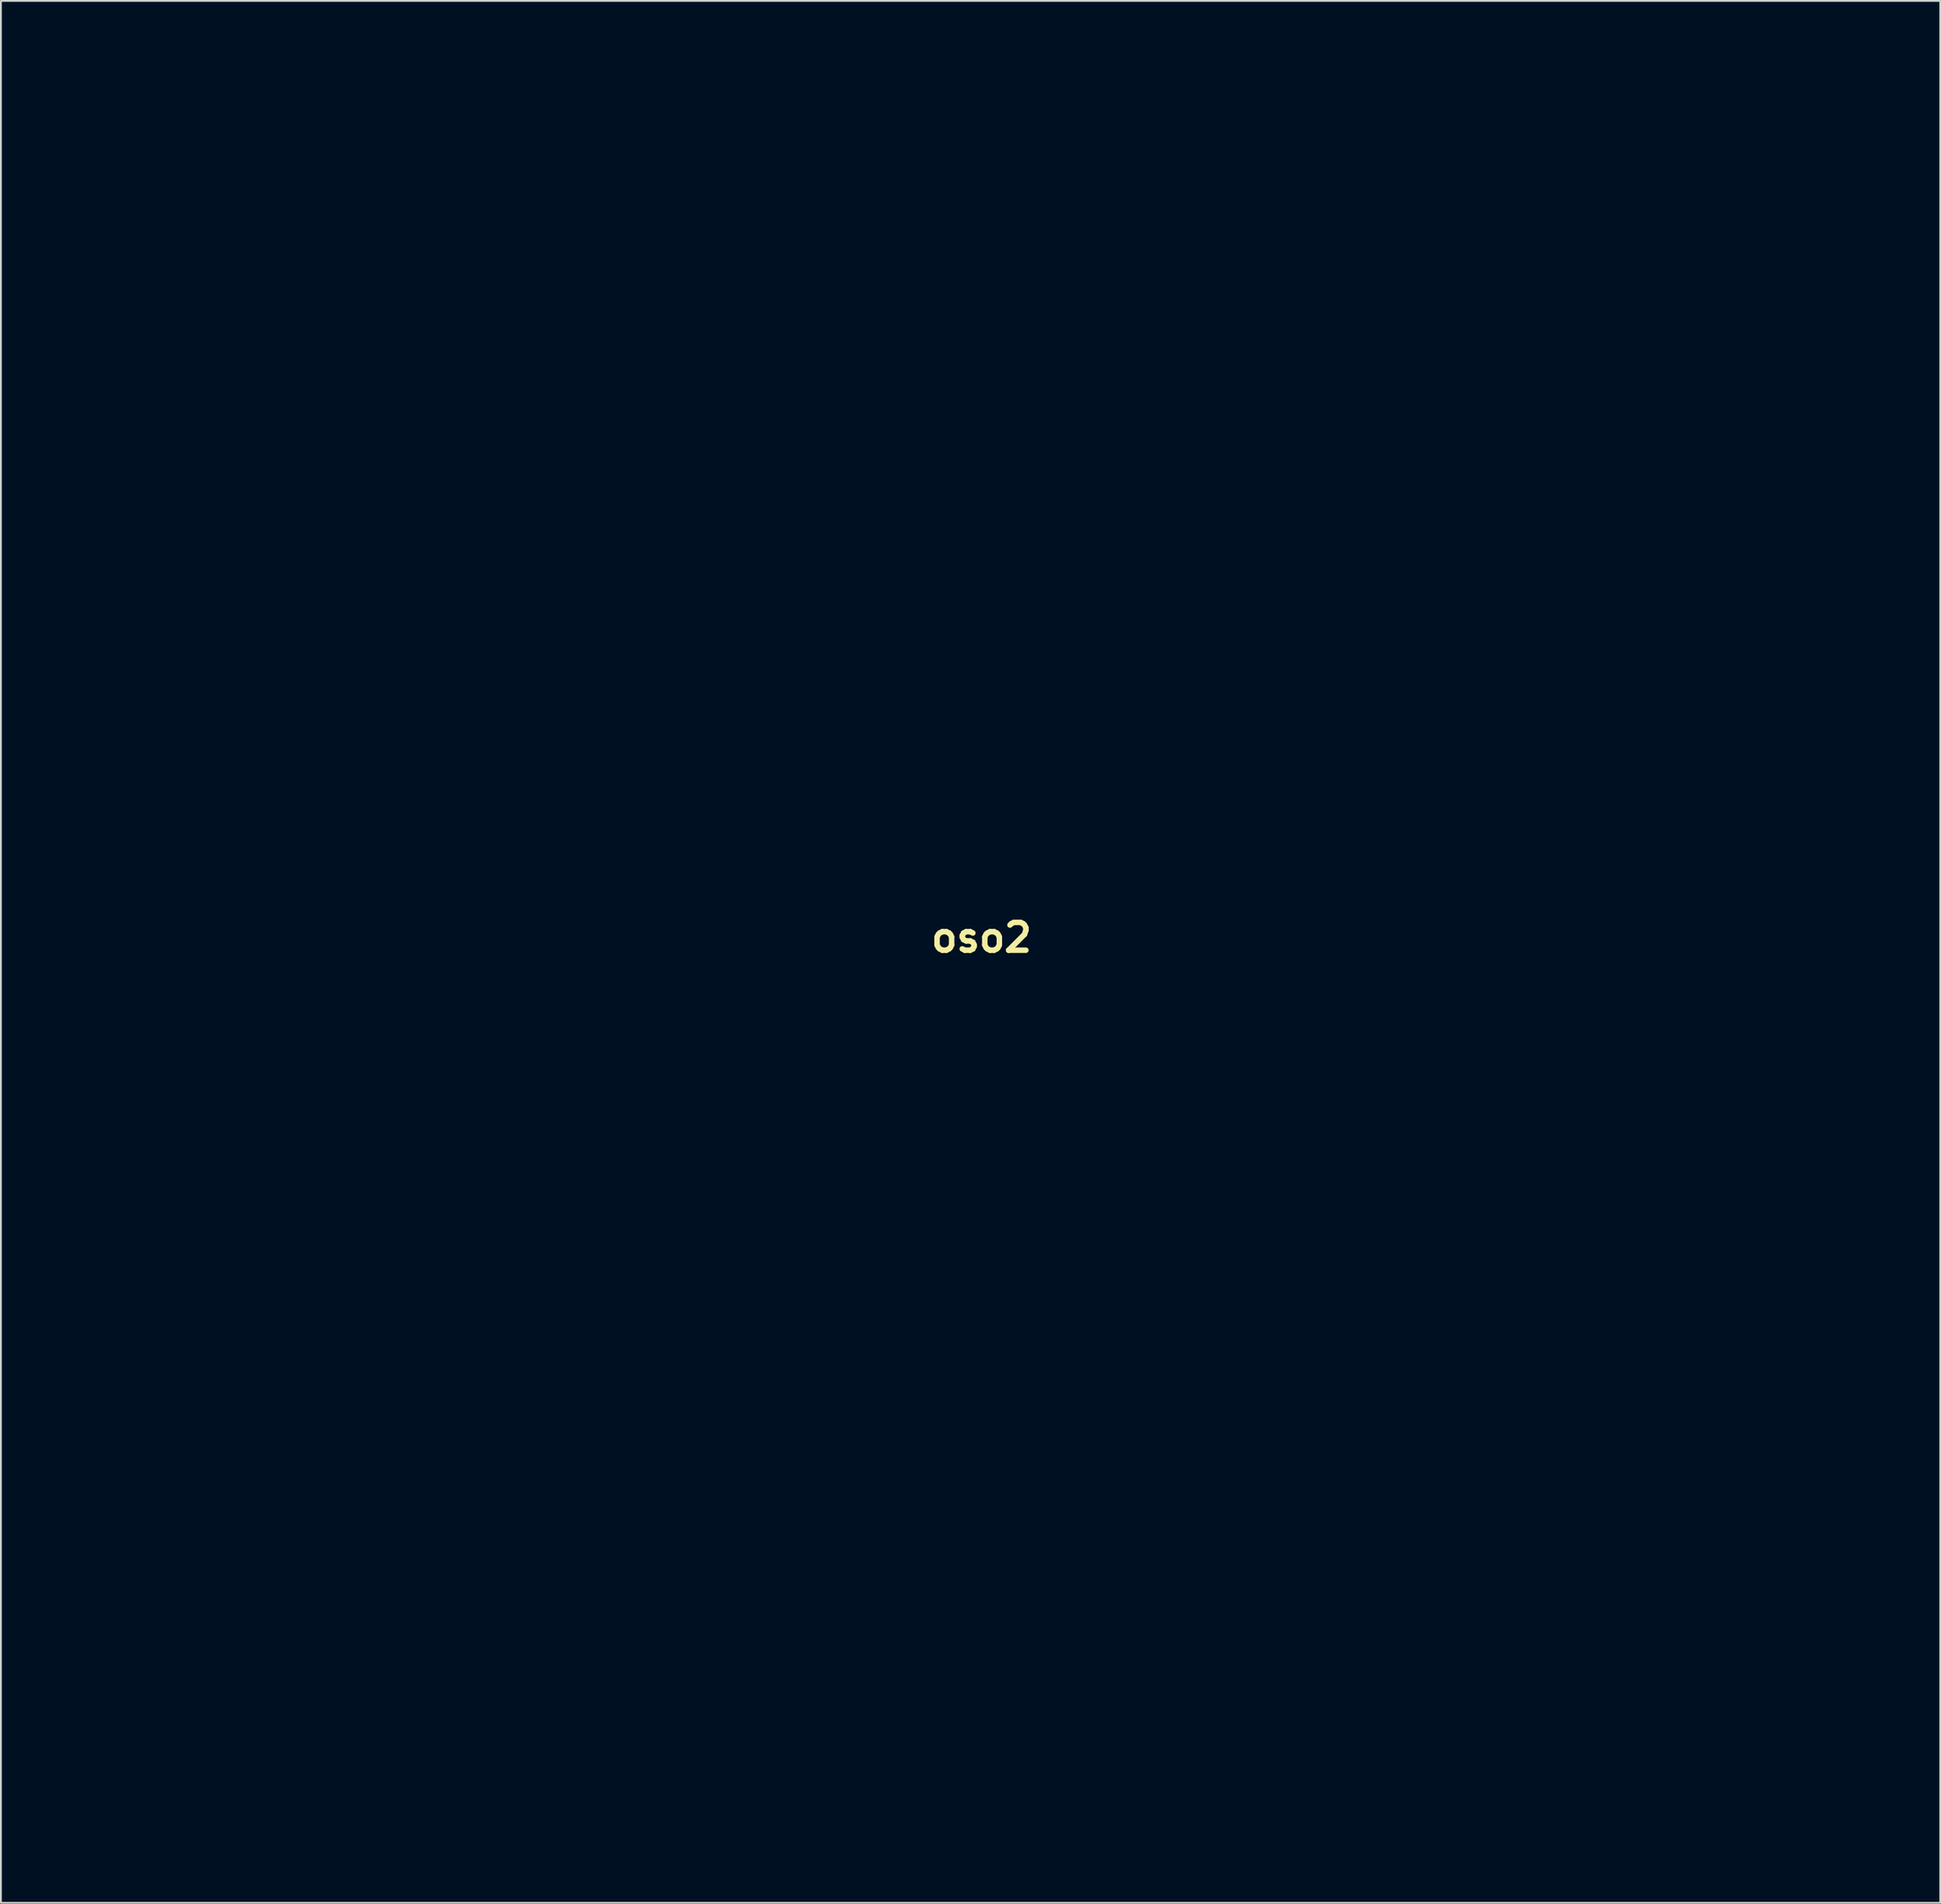
<source format=kicad_pcb>
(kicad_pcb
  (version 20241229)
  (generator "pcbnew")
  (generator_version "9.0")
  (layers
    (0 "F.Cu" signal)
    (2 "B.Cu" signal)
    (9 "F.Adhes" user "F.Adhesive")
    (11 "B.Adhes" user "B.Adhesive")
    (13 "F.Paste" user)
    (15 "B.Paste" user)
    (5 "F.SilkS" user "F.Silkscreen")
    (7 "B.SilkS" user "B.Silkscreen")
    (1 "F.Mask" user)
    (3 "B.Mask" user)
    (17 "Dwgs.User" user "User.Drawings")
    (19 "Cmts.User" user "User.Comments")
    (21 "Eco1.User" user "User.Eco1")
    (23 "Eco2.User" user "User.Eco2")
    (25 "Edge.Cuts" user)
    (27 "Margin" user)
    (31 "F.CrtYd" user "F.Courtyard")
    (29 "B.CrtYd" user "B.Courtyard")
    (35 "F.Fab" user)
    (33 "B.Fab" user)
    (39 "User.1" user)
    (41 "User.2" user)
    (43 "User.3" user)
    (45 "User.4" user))
  (footprint "oso2"
    (layer "F.Cu")
    (at 50.687 48.3)
    (property "Reference" "oso2" (at 0 0 0) (layer "F.SilkS") (effects (font (size 1.524 1.524) (thickness 0.3))))
    (attr through_hole)
    (fp_poly (pts (xy 20.3 23.756) (xy 20.71 23.853) (xy 20.994 24.042) (xy 21.183 24.348) (xy 21.255 24.565) (xy 21.324 25.116) (xy 21.253 25.675) (xy 21.054 26.197) (xy 20.738 26.636) (xy 20.686 26.688) (xy 20.305 26.946) (xy 19.833 27.111) (xy 19.326 27.17) (xy 18.843 27.112) (xy 18.795 27.099) (xy 18.256 26.855) (xy 17.832 26.513) (xy 17.588 26.256) (xy 17.825 25.976) (xy 17.975 25.761) (xy 18.155 25.452) (xy 18.328 25.109) (xy 18.35 25.061) (xy 18.639 24.513) (xy 18.945 24.121) (xy 19.29 23.871) (xy 19.693 23.749) (xy 20.175 23.742) (xy 20.3 23.756)) (stroke (width 0.01) (type solid)) (fill no) (layer "Eco1.User"))
    (fp_poly (pts (xy -27.487 -27.388) (xy -27.406 -27.228) (xy -27.4 -27.199) (xy -27.341 -26.818) (xy -27.3 -26.395) (xy -27.28 -25.988) (xy -27.285 -25.656) (xy -27.301 -25.52) (xy -27.335 -25.38) (xy -27.398 -25.27) (xy -27.517 -25.168) (xy -27.723 -25.05) (xy -28.044 -24.893) (xy -28.178 -24.83) (xy -28.586 -24.644) (xy -29.003 -24.461) (xy -29.364 -24.31) (xy -29.513 -24.252) (xy -30.028 -24.058) (xy -30.16 -24.284) (xy -30.339 -24.688) (xy -30.476 -25.188) (xy -30.554 -25.713) (xy -30.565 -25.971) (xy -30.565 -26.512) (xy -29.866 -26.838) (xy -29.418 -27.022) (xy -28.915 -27.187) (xy -28.411 -27.32) (xy -27.958 -27.407) (xy -27.654 -27.432) (xy -27.487 -27.388)) (stroke (width 0.01) (type solid)) (fill no) (layer "Eco1.User"))
    (fp_poly (pts (xy -16.354 28.36) (xy -16.026 28.414) (xy -15.721 28.472) (xy -14.816 28.657) (xy -14.423 29.648) (xy -14.26 30.065) (xy -14.155 30.358) (xy -14.1 30.561) (xy -14.087 30.706) (xy -14.111 30.827) (xy -14.138 30.901) (xy -14.355 31.234) (xy -14.692 31.531) (xy -15.099 31.763) (xy -15.527 31.897) (xy -15.758 31.919) (xy -15.947 31.883) (xy -16.214 31.792) (xy -16.393 31.716) (xy -16.835 31.427) (xy -17.166 31.039) (xy -17.366 30.582) (xy -17.419 30.086) (xy -17.404 29.935) (xy -17.347 29.709) (xy -17.242 29.408) (xy -17.107 29.078) (xy -16.963 28.763) (xy -16.829 28.507) (xy -16.724 28.354) (xy -16.703 28.335) (xy -16.592 28.332) (xy -16.354 28.36)) (stroke (width 0.01) (type solid)) (fill no) (layer "Eco1.User"))
    (fp_poly (pts (xy -10.427 23.664) (xy -10.085 23.756) (xy -9.95 23.825) (xy -9.864 23.887) (xy -9.805 23.961) (xy -9.768 24.076) (xy -9.747 24.264) (xy -9.739 24.553) (xy -9.737 24.974) (xy -9.737 25.097) (xy -9.739 25.56) (xy -9.748 25.881) (xy -9.768 26.088) (xy -9.801 26.209) (xy -9.851 26.271) (xy -9.885 26.288) (xy -10.028 26.317) (xy -10.298 26.348) (xy -10.651 26.377) (xy -10.93 26.394) (xy -11.828 26.439) (xy -12.101 25.961) (xy -12.267 25.699) (xy -12.426 25.494) (xy -12.529 25.401) (xy -12.629 25.309) (xy -12.641 25.153) (xy -12.618 25.032) (xy -12.434 24.573) (xy -12.122 24.168) (xy -11.719 23.855) (xy -11.262 23.668) (xy -11.201 23.655) (xy -10.823 23.627) (xy -10.427 23.664)) (stroke (width 0.01) (type solid)) (fill no) (layer "Eco1.User"))
    (fp_poly (pts (xy 14.537 27.309) (xy 14.567 27.351) (xy 14.629 27.553) (xy 14.659 27.891) (xy 14.652 28.321) (xy 14.541 28.878) (xy 14.283 29.416) (xy 13.899 29.903) (xy 13.41 30.307) (xy 13.26 30.399) (xy 12.802 30.597) (xy 12.367 30.639) (xy 11.917 30.525) (xy 11.722 30.435) (xy 11.42 30.262) (xy 11.132 30.067) (xy 11.023 29.981) (xy 10.743 29.74) (xy 10.999 29.459) (xy 11.27 29.054) (xy 11.45 28.56) (xy 11.515 28.049) (xy 11.52 27.823) (xy 11.552 27.734) (xy 11.634 27.749) (xy 11.705 27.786) (xy 11.891 27.84) (xy 12.2 27.878) (xy 12.585 27.892) (xy 12.615 27.892) (xy 13.284 27.836) (xy 13.848 27.672) (xy 14.291 27.404) (xy 14.332 27.369) (xy 14.458 27.277) (xy 14.537 27.309)) (stroke (width 0.01) (type solid)) (fill no) (layer "Eco1.User"))
    (fp_poly (pts (xy -10.978 -18.036) (xy -10.955 -17.868) (xy -10.926 -17.562) (xy -10.893 -17.152) (xy -10.859 -16.669) (xy -10.826 -16.165) (xy -10.784 -15.042) (xy -10.789 -13.876) (xy -10.838 -12.705) (xy -10.928 -11.567) (xy -11.057 -10.501) (xy -11.223 -9.544) (xy -11.312 -9.146) (xy -11.576 -8.317) (xy -11.932 -7.599) (xy -12.37 -7.004) (xy -12.883 -6.54) (xy -13.459 -6.217) (xy -14.089 -6.043) (xy -14.502 -6.015) (xy -14.841 -6.038) (xy -15.159 -6.094) (xy -15.325 -6.146) (xy -15.771 -6.43) (xy -16.141 -6.853) (xy -16.423 -7.398) (xy -16.584 -7.942) (xy -16.661 -8.526) (xy -16.677 -9.234) (xy -16.636 -10.035) (xy -16.543 -10.895) (xy -16.401 -11.784) (xy -16.216 -12.668) (xy -15.99 -13.516) (xy -15.786 -14.139) (xy -15.378 -15.116) (xy -14.901 -15.978) (xy -14.365 -16.716) (xy -13.778 -17.322) (xy -13.148 -17.787) (xy -12.484 -18.103) (xy -11.795 -18.261) (xy -11.633 -18.274) (xy -11.031 -18.305) (xy -10.978 -18.036)) (stroke (width 0.01) (type solid)) (fill no) (layer "Eco1.User"))
    (fp_poly (pts (xy 10.762 20.34) (xy 11.315 20.435) (xy 11.761 20.656) (xy 12.091 20.992) (xy 12.294 21.435) (xy 12.361 21.957) (xy 12.322 22.422) (xy 12.189 22.813) (xy 11.943 23.164) (xy 11.563 23.51) (xy 11.365 23.658) (xy 11.044 23.91) (xy 10.852 24.122) (xy 10.765 24.328) (xy 10.753 24.459) (xy 10.75 24.527) (xy 10.726 24.579) (xy 10.659 24.622) (xy 10.525 24.662) (xy 10.301 24.704) (xy 9.964 24.755) (xy 9.491 24.822) (xy 9.271 24.852) (xy 8.867 24.91) (xy 8.505 24.963) (xy 8.229 25.007) (xy 8.105 25.028) (xy 7.871 25.075) (xy 8.041 24.624) (xy 8.376 23.737) (xy 8.656 22.995) (xy 8.888 22.384) (xy 9.078 21.89) (xy 9.232 21.5) (xy 9.355 21.201) (xy 9.455 20.979) (xy 9.537 20.82) (xy 9.607 20.71) (xy 9.671 20.636) (xy 9.734 20.585) (xy 9.804 20.543) (xy 9.864 20.509) (xy 10.095 20.397) (xy 10.329 20.343) (xy 10.638 20.335) (xy 10.762 20.34)) (stroke (width 0.01) (type solid)) (fill no) (layer "Eco1.User"))
    (fp_poly (pts (xy 16.235 -15.556) (xy 16.388 -15.492) (xy 16.703 -15.252) (xy 16.994 -14.85) (xy 17.262 -14.282) (xy 17.404 -13.885) (xy 17.49 -13.494) (xy 17.539 -12.978) (xy 17.552 -12.379) (xy 17.529 -11.738) (xy 17.469 -11.096) (xy 17.405 -10.668) (xy 17.27 -9.906) (xy 17.13 -9.132) (xy 16.988 -8.368) (xy 16.85 -7.632) (xy 16.718 -6.946) (xy 16.597 -6.33) (xy 16.491 -5.805) (xy 16.403 -5.39) (xy 16.338 -5.105) (xy 16.306 -4.989) (xy 16.05 -4.46) (xy 15.704 -4.066) (xy 15.283 -3.815) (xy 14.804 -3.714) (xy 14.282 -3.769) (xy 13.821 -3.943) (xy 13.326 -4.264) (xy 12.932 -4.688) (xy 12.636 -5.223) (xy 12.435 -5.878) (xy 12.326 -6.66) (xy 12.305 -7.578) (xy 12.318 -7.916) (xy 12.399 -9.172) (xy 12.514 -10.277) (xy 12.666 -11.25) (xy 12.859 -12.106) (xy 13.097 -12.863) (xy 13.385 -13.537) (xy 13.727 -14.146) (xy 13.888 -14.388) (xy 14.336 -14.934) (xy 14.803 -15.327) (xy 15.281 -15.565) (xy 15.761 -15.642) (xy 16.235 -15.556)) (stroke (width 0.01) (type solid)) (fill no) (layer "Eco1.User"))
    (fp_poly (pts (xy 3.718 2.746) (xy 4.596 2.792) (xy 5.416 2.854) (xy 6.212 2.937) (xy 7.018 3.047) (xy 7.869 3.186) (xy 8.799 3.362) (xy 9.841 3.578) (xy 10.352 3.689) (xy 11.217 3.889) (xy 11.929 4.083) (xy 12.501 4.287) (xy 12.947 4.516) (xy 13.282 4.785) (xy 13.519 5.109) (xy 13.673 5.504) (xy 13.759 5.984) (xy 13.789 6.565) (xy 13.778 7.262) (xy 13.774 7.365) (xy 13.673 8.629) (xy 13.464 9.801) (xy 13.135 10.931) (xy 12.673 12.067) (xy 12.471 12.488) (xy 11.795 13.69) (xy 11.012 14.782) (xy 10.107 15.782) (xy 9.064 16.707) (xy 8.235 17.326) (xy 7.92 17.563) (xy 7.52 17.89) (xy 7.073 18.276) (xy 6.612 18.69) (xy 6.203 19.075) (xy 5.654 19.597) (xy 5.2 20.015) (xy 4.815 20.347) (xy 4.478 20.612) (xy 4.166 20.827) (xy 3.854 21.013) (xy 3.596 21.148) (xy 2.914 21.429) (xy 2.236 21.593) (xy 1.598 21.634) (xy 1.215 21.589) (xy 0.868 21.49) (xy 0.403 21.317) (xy -0.156 21.081) (xy -0.783 20.794) (xy -1.452 20.471) (xy -2.137 20.122) (xy -2.812 19.76) (xy -3.452 19.399) (xy -4.032 19.049) (xy -4.039 19.044) (xy -5.805 17.843) (xy -7.508 16.502) (xy -9.114 15.049) (xy -9.707 14.458) (xy -10.53 13.58) (xy -11.213 12.773) (xy -11.762 12.025) (xy -12.185 11.323) (xy -12.489 10.655) (xy -12.68 10.008) (xy -12.765 9.37) (xy -12.765 8.905) (xy -12.655 8.113) (xy -12.416 7.43) (xy -12.048 6.857) (xy -11.549 6.39) (xy -10.965 6.049) (xy -10.505 5.808) (xy -10.192 5.574) (xy -10.034 5.355) (xy -10.026 5.186) (xy -9.982 5.056) (xy -9.788 4.9) (xy -9.461 4.724) (xy -9.016 4.535) (xy -8.471 4.338) (xy -7.841 4.141) (xy -7.142 3.949) (xy -6.412 3.773) (xy -5.074 3.501) (xy -3.665 3.263) (xy -2.222 3.065) (xy -0.78 2.909) (xy 0.627 2.798) (xy 1.962 2.738) (xy 3.19 2.73) (xy 3.718 2.746)) (stroke (width 0.01) (type solid)) (fill no) (layer "Eco1.User"))
    (fp_poly (pts (xy 29.506 -48.295) (xy 30.567 -48.279) (xy 31.506 -48.237) (xy 32.368 -48.164) (xy 33.2 -48.054) (xy 34.048 -47.901) (xy 34.957 -47.702) (xy 35.094 -47.67) (xy 36.815 -47.189) (xy 38.483 -46.585) (xy 40.083 -45.867) (xy 41.596 -45.043) (xy 43.007 -44.124) (xy 44.299 -43.119) (xy 45.454 -42.037) (xy 45.593 -41.891) (xy 46.319 -41.057) (xy 46.921 -40.22) (xy 47.406 -39.359) (xy 47.781 -38.453) (xy 48.054 -37.481) (xy 48.23 -36.423) (xy 48.318 -35.257) (xy 48.324 -33.963) (xy 48.317 -33.74) (xy 48.278 -32.573) (xy 48.236 -31.405) (xy 48.192 -30.25) (xy 48.147 -29.123) (xy 48.101 -28.038) (xy 48.055 -27.008) (xy 48.01 -26.049) (xy 47.966 -25.175) (xy 47.924 -24.4) (xy 47.885 -23.737) (xy 47.85 -23.202) (xy 47.818 -22.809) (xy 47.793 -22.581) (xy 47.596 -21.609) (xy 47.311 -20.776) (xy 46.932 -20.074) (xy 46.455 -19.496) (xy 45.874 -19.034) (xy 45.397 -18.771) (xy 44.828 -18.575) (xy 44.232 -18.492) (xy 43.66 -18.526) (xy 43.191 -18.665) (xy 42.97 -18.773) (xy 42.869 -18.871) (xy 42.853 -19.009) (xy 42.867 -19.13) (xy 42.894 -19.312) (xy 42.94 -19.627) (xy 43 -20.041) (xy 43.07 -20.52) (xy 43.128 -20.913) (xy 43.292 -22.08) (xy 43.429 -23.17) (xy 43.541 -24.212) (xy 43.631 -25.237) (xy 43.7 -26.275) (xy 43.75 -27.357) (xy 43.784 -28.512) (xy 43.802 -29.771) (xy 43.808 -31.165) (xy 43.807 -31.369) (xy 43.804 -32.53) (xy 43.795 -33.534) (xy 43.78 -34.394) (xy 43.759 -35.123) (xy 43.73 -35.733) (xy 43.694 -36.236) (xy 43.648 -36.646) (xy 43.593 -36.975) (xy 43.528 -37.235) (xy 43.455 -37.434) (xy 43.186 -37.914) (xy 42.788 -38.458) (xy 42.281 -39.046) (xy 41.684 -39.66) (xy 41.018 -40.283) (xy 40.301 -40.895) (xy 39.553 -41.478) (xy 38.794 -42.014) (xy 38.174 -42.406) (xy 36.648 -43.222) (xy 35.059 -43.887) (xy 33.419 -44.398) (xy 31.742 -44.752) (xy 30.042 -44.949) (xy 28.332 -44.987) (xy 26.624 -44.861) (xy 24.933 -44.572) (xy 24.756 -44.532) (xy 23.408 -44.151) (xy 22.032 -43.636) (xy 20.668 -43.006) (xy 19.358 -42.281) (xy 18.142 -41.483) (xy 17.441 -40.948) (xy 16.564 -40.196) (xy 15.772 -39.419) (xy 15.042 -38.608) (xy 14.318 -37.773) (xy 13.675 -37.066) (xy 13.102 -36.476) (xy 12.585 -35.994) (xy 12.11 -35.607) (xy 11.664 -35.305) (xy 11.234 -35.076) (xy 10.806 -34.91) (xy 10.38 -34.799) (xy 10.064 -34.748) (xy 9.765 -34.739) (xy 9.443 -34.776) (xy 9.061 -34.867) (xy 8.577 -35.015) (xy 8.34 -35.095) (xy 7.765 -35.277) (xy 7.241 -35.41) (xy 6.72 -35.501) (xy 6.158 -35.555) (xy 5.507 -35.58) (xy 4.953 -35.584) (xy 4.152 -35.564) (xy 3.285 -35.508) (xy 2.332 -35.414) (xy 1.271 -35.278) (xy 0.082 -35.098) (xy -0.728 -34.964) (xy -4.331 -34.275) (xy -7.859 -33.442) (xy -11.328 -32.461) (xy -14.754 -31.327) (xy -18.15 -30.035) (xy -21.532 -28.58) (xy -22.803 -27.991) (xy -23.177 -27.815) (xy -23.492 -27.668) (xy -23.718 -27.565) (xy -23.826 -27.518) (xy -23.831 -27.517) (xy -23.85 -27.594) (xy -23.878 -27.8) (xy -23.91 -28.092) (xy -23.917 -28.162) (xy -24.093 -29.188) (xy -24.419 -30.16) (xy -24.883 -31.062) (xy -25.472 -31.879) (xy -26.176 -32.595) (xy -26.982 -33.195) (xy -27.88 -33.664) (xy -28.176 -33.781) (xy -28.515 -33.897) (xy -28.811 -33.985) (xy -29.015 -34.032) (xy -29.056 -34.036) (xy -29.255 -33.972) (xy -29.537 -33.795) (xy -29.88 -33.524) (xy -30.265 -33.178) (xy -30.67 -32.778) (xy -31.074 -32.344) (xy -31.457 -31.895) (xy -31.797 -31.451) (xy -31.832 -31.402) (xy -32.232 -30.778) (xy -32.63 -30.057) (xy -32.99 -29.306) (xy -33.278 -28.595) (xy -33.313 -28.497) (xy -33.466 -28.002) (xy -33.601 -27.48) (xy -33.711 -26.959) (xy -33.793 -26.468) (xy -33.844 -26.033) (xy -33.858 -25.683) (xy -33.832 -25.446) (xy -33.78 -25.356) (xy -33.679 -25.236) (xy -33.542 -24.998) (xy -33.388 -24.683) (xy -33.236 -24.333) (xy -33.108 -23.99) (xy -33.057 -23.829) (xy -32.961 -23.344) (xy -32.915 -22.76) (xy -32.919 -22.142) (xy -32.974 -21.555) (xy -33.05 -21.167) (xy -33.327 -20.363) (xy -33.723 -19.609) (xy -34.217 -18.937) (xy -34.785 -18.379) (xy -35.16 -18.108) (xy -35.433 -17.923) (xy -35.673 -17.74) (xy -35.789 -17.635) (xy -36.046 -17.475) (xy -36.351 -17.455) (xy -36.681 -17.561) (xy -37.014 -17.779) (xy -37.327 -18.095) (xy -37.596 -18.494) (xy -37.76 -18.848) (xy -38.148 -20.109) (xy -38.389 -21.433) (xy -38.484 -22.804) (xy -38.435 -24.203) (xy -38.241 -25.613) (xy -37.906 -27.015) (xy -37.428 -28.392) (xy -37.09 -29.168) (xy -36.368 -30.521) (xy -35.531 -31.77) (xy -34.59 -32.906) (xy -33.552 -33.92) (xy -32.429 -34.803) (xy -31.228 -35.545) (xy -29.96 -36.137) (xy -29.913 -36.155) (xy -28.868 -36.496) (xy -27.875 -36.683) (xy -26.939 -36.714) (xy -26.573 -36.682) (xy -25.849 -36.547) (xy -25.256 -36.332) (xy -24.768 -36.019) (xy -24.36 -35.592) (xy -24.007 -35.033) (xy -23.952 -34.928) (xy -23.592 -34.291) (xy -23.21 -33.784) (xy -22.772 -33.365) (xy -22.427 -33.112) (xy -21.697 -32.723) (xy -20.914 -32.494) (xy -20.163 -32.428) (xy -19.667 -32.442) (xy -19.303 -32.492) (xy -19.035 -32.592) (xy -18.827 -32.755) (xy -18.643 -32.995) (xy -18.635 -33.008) (xy -18.261 -33.741) (xy -18.038 -34.527) (xy -17.962 -35.346) (xy -18.029 -36.178) (xy -18.238 -37.004) (xy -18.585 -37.802) (xy -19.067 -38.555) (xy -19.541 -39.103) (xy -20.421 -39.88) (xy -21.413 -40.543) (xy -22.503 -41.089) (xy -23.678 -41.516) (xy -24.923 -41.822) (xy -26.223 -42.006) (xy -27.565 -42.065) (xy -28.935 -41.996) (xy -30.317 -41.798) (xy -31.699 -41.469) (xy -32.839 -41.093) (xy -34.337 -40.447) (xy -35.737 -39.667) (xy -37.032 -38.76) (xy -38.216 -37.73) (xy -39.282 -36.584) (xy -40.225 -35.327) (xy -41.038 -33.964) (xy -41.239 -33.57) (xy -41.877 -32.082) (xy -42.362 -30.535) (xy -42.694 -28.944) (xy -42.873 -27.322) (xy -42.899 -25.682) (xy -42.772 -24.037) (xy -42.493 -22.403) (xy -42.061 -20.791) (xy -41.476 -19.215) (xy -41.099 -18.388) (xy -40.55 -17.26) (xy -40.277 -17.329) (xy -39.703 -17.395) (xy -39.153 -17.295) (xy -38.642 -17.036) (xy -38.184 -16.623) (xy -37.815 -16.083) (xy -37.6 -15.48) (xy -37.542 -14.813) (xy -37.639 -14.081) (xy -37.89 -13.282) (xy -37.938 -13.166) (xy -38.072 -12.876) (xy -38.272 -12.487) (xy -38.514 -12.043) (xy -38.774 -11.586) (xy -38.866 -11.43) (xy -40.024 -9.32) (xy -41.029 -7.145) (xy -41.879 -4.913) (xy -42.573 -2.633) (xy -43.109 -0.314) (xy -43.485 2.035) (xy -43.701 4.405) (xy -43.755 6.787) (xy -43.645 9.173) (xy -43.369 11.553) (xy -43.048 13.352) (xy -42.772 14.572) (xy -42.479 15.632) (xy -42.164 16.537) (xy -41.823 17.297) (xy -41.453 17.919) (xy -41.05 18.409) (xy -40.61 18.777) (xy -40.128 19.028) (xy -40.095 19.041) (xy -39.381 19.357) (xy -38.791 19.737) (xy -38.296 20.208) (xy -37.867 20.796) (xy -37.51 21.453) (xy -37.297 21.922) (xy -37.122 22.371) (xy -36.98 22.829) (xy -36.865 23.323) (xy -36.772 23.88) (xy -36.695 24.529) (xy -36.629 25.296) (xy -36.578 26.035) (xy -36.519 26.881) (xy -36.458 27.587) (xy -36.39 28.181) (xy -36.313 28.691) (xy -36.221 29.147) (xy -36.112 29.576) (xy -36.095 29.633) (xy -35.894 30.244) (xy -35.637 30.856) (xy -35.316 31.481) (xy -34.923 32.13) (xy -34.449 32.813) (xy -33.887 33.544) (xy -33.228 34.332) (xy -32.463 35.189) (xy -31.584 36.125) (xy -30.583 37.154) (xy -30.311 37.429) (xy -29.441 38.293) (xy -28.653 39.057) (xy -27.915 39.747) (xy -27.197 40.39) (xy -26.471 41.015) (xy -25.705 41.648) (xy -25.703 41.649) (xy -24.948 42.263) (xy -24.783 41.809) (xy -19.543 41.809) (xy -19.457 42.068) (xy -19.344 42.307) (xy -19.055 42.721) (xy -18.668 43.044) (xy -18.218 43.26) (xy -17.742 43.353) (xy -17.275 43.307) (xy -17.151 43.267) (xy -17.059 43.227) (xy -16.998 43.17) (xy -16.961 43.065) (xy -16.958 43.041) (xy -16.214 43.041) (xy -15.706 43.148) (xy -15.459 43.198) (xy -15.082 43.273) (xy -14.614 43.364) (xy -14.091 43.465) (xy -13.589 43.561) (xy -12.085 43.857) (xy -10.662 44.156) (xy -9.245 44.475) (xy -7.761 44.83) (xy -7.354 44.931) (xy -5.436 45.408) (xy -5.204 45.225) (xy -4.888 45.068) (xy -4.564 45.077) (xy -4.259 45.248) (xy -4.1 45.361) (xy -4.002 45.385) (xy -3.993 45.373) (xy -3.904 45.281) (xy -3.729 45.172) (xy -3.729 45.171) (xy -3.526 45.09) (xy -3.223 44.997) (xy -2.902 44.915) (xy -2.441 44.769) (xy -2.108 44.575) (xy -1.917 44.343) (xy -1.88 44.085) (xy -1.882 44.076) (xy -1.876 43.892) (xy -1.787 43.825) (xy -1.452 43.748) (xy -1.055 43.681) (xy -0.58 43.622) (xy -0.01 43.572) (xy 0.671 43.527) (xy 1.479 43.488) (xy 2.43 43.452) (xy 3.048 43.432) (xy 4.186 43.395) (xy 5.193 43.355) (xy 6.106 43.311) (xy 6.963 43.26) (xy 7.802 43.199) (xy 8.66 43.127) (xy 9.575 43.04) (xy 9.906 43.007) (xy 10.945 42.897) (xy 11.901 42.787) (xy 12.761 42.677) (xy 13.512 42.57) (xy 14.142 42.469) (xy 14.638 42.374) (xy 14.987 42.287) (xy 15.136 42.233) (xy 15.393 42.069) (xy 15.588 41.867) (xy 15.692 41.665) (xy 15.678 41.51) (xy 15.575 41.476) (xy 15.311 41.447) (xy 14.884 41.423) (xy 14.292 41.404) (xy 13.532 41.39) (xy 13.419 41.388) (xy 12.721 41.379) (xy 12.169 41.367) (xy 11.741 41.349) (xy 11.414 41.319) (xy 11.165 41.273) (xy 10.972 41.204) (xy 10.811 41.109) (xy 10.66 40.982) (xy 10.495 40.819) (xy 10.41 40.73) (xy 10.152 40.491) (xy 9.892 40.321) (xy 9.598 40.213) (xy 9.238 40.158) (xy 8.778 40.149) (xy 8.186 40.178) (xy 8.143 40.181) (xy 7.606 40.213) (xy 7.01 40.238) (xy 6.438 40.254) (xy 6.096 40.257) (xy 5.629 40.252) (xy 5.271 40.229) (xy 4.96 40.18) (xy 4.638 40.096) (xy 4.379 40.015) (xy 3.6 39.706) (xy 2.867 39.297) (xy 2.128 38.758) (xy 2.115 38.748) (xy 1.844 38.515) (xy 1.687 38.341) (xy 1.619 38.19) (xy 1.609 38.092) (xy 1.6 37.949) (xy 1.544 37.876) (xy 1.4 37.85) (xy 1.161 37.846) (xy 0.431 37.925) (xy -0.302 38.15) (xy -1.002 38.5) (xy -1.633 38.956) (xy -2.159 39.498) (xy -2.364 39.782) (xy -2.539 40.098) (xy -2.711 40.478) (xy -2.808 40.735) (xy -2.901 41.01) (xy -2.972 41.213) (xy -3.005 41.298) (xy -3.09 41.318) (xy -3.318 41.362) (xy -3.666 41.426) (xy -4.111 41.506) (xy -4.629 41.597) (xy -4.962 41.655) (xy -5.596 41.766) (xy -6.084 41.856) (xy -6.444 41.931) (xy -6.698 41.995) (xy -6.866 42.053) (xy -6.967 42.109) (xy -7.016 42.161) (xy -7.203 42.307) (xy -7.442 42.325) (xy -7.678 42.217) (xy -7.777 42.118) (xy -7.904 41.983) (xy -7.984 41.98) (xy -8.016 42.021) (xy -8.21 42.202) (xy -8.484 42.292) (xy -8.698 42.281) (xy -8.896 42.213) (xy -9.178 42.093) (xy -9.44 41.967) (xy -9.73 41.834) (xy -9.999 41.75) (xy -10.31 41.702) (xy -10.725 41.673) (xy -11.072 41.664) (xy -11.403 41.676) (xy -11.745 41.713) (xy -12.12 41.781) (xy -12.555 41.885) (xy -13.073 42.031) (xy -13.7 42.224) (xy -14.46 42.468) (xy -14.501 42.482) (xy -16.214 43.041) (xy -16.958 43.041) (xy -16.941 42.882) (xy -16.934 42.59) (xy -16.933 42.166) (xy -16.935 41.737) (xy -16.942 41.45) (xy -16.96 41.275) (xy -16.994 41.186) (xy -17.051 41.152) (xy -17.124 41.148) (xy -17.388 41.082) (xy -17.677 40.915) (xy -17.925 40.687) (xy -18.004 40.581) (xy -18.112 40.409) (xy -18.173 40.314) (xy -18.174 40.312) (xy -18.244 40.349) (xy -18.414 40.476) (xy -18.657 40.671) (xy -18.877 40.854) (xy -19.218 41.153) (xy -19.435 41.388) (xy -19.54 41.594) (xy -19.543 41.809) (xy -24.783 41.809) (xy -24.765 41.757) (xy -24.44 41.088) (xy -23.976 40.487) (xy -23.367 39.952) (xy -22.61 39.482) (xy -21.701 39.072) (xy -20.636 38.72) (xy -20.39 38.652) (xy -20.039 38.568) (xy -19.567 38.467) (xy -19.021 38.359) (xy -18.447 38.253) (xy -18.036 38.182) (xy -15.159 37.65) (xy -12.403 37.033) (xy -9.738 36.323) (xy -7.135 35.515) (xy -7.027 35.479) (xy -6.346 35.245) (xy -5.611 34.984) (xy -4.854 34.707) (xy -4.108 34.427) (xy -3.404 34.156) (xy -2.776 33.906) (xy -2.255 33.689) (xy -1.99 33.573) (xy -1.397 33.302) (xy -0.946 29.838) (xy -0.793 28.663) (xy -0.659 27.644) (xy -0.543 26.767) (xy -0.441 26.022) (xy -0.352 25.394) (xy -0.273 24.873) (xy -0.203 24.444) (xy -0.138 24.097) (xy -0.077 23.818) (xy -0.017 23.595) (xy 0.043 23.415) (xy 0.107 23.267) (xy 0.177 23.138) (xy 0.254 23.015) (xy 0.313 22.926) (xy 0.589 22.634) (xy 0.944 22.42) (xy 1.336 22.294) (xy 1.723 22.266) (xy 2.063 22.347) (xy 2.235 22.458) (xy 2.316 22.539) (xy 2.376 22.636) (xy 2.422 22.776) (xy 2.459 22.988) (xy 2.493 23.299) (xy 2.529 23.738) (xy 2.548 23.992) (xy 2.584 24.645) (xy 2.603 25.407) (xy 2.608 26.235) (xy 2.597 27.086) (xy 2.573 27.916) (xy 2.535 28.683) (xy 2.485 29.344) (xy 2.458 29.591) (xy 2.378 30.204) (xy 2.276 30.89) (xy 2.16 31.596) (xy 2.04 32.27) (xy 1.924 32.859) (xy 1.861 33.147) (xy 1.704 33.824) (xy 1.931 34.016) (xy 2.582 34.51) (xy 3.357 35.006) (xy 4.214 35.483) (xy 5.107 35.916) (xy 5.996 36.283) (xy 6.45 36.442) (xy 7.187 36.67) (xy 7.854 36.844) (xy 8.494 36.969) (xy 9.152 37.053) (xy 9.872 37.101) (xy 10.697 37.12) (xy 11.091 37.121) (xy 11.906 37.112) (xy 12.594 37.082) (xy 13.199 37.027) (xy 13.762 36.94) (xy 14.327 36.816) (xy 14.936 36.648) (xy 15.338 36.524) (xy 15.709 36.414) (xy 15.949 36.375) (xy 16.087 36.421) (xy 16.151 36.563) (xy 16.17 36.817) (xy 16.171 36.915) (xy 16.202 37.273) (xy 16.283 37.725) (xy 16.397 38.208) (xy 16.531 38.659) (xy 16.669 39.015) (xy 16.688 39.054) (xy 17.082 39.705) (xy 17.54 40.208) (xy 18.045 40.559) (xy 18.312 40.698) (xy 18.528 40.784) (xy 18.75 40.83) (xy 19.034 40.848) (xy 19.389 40.852) (xy 19.741 40.846) (xy 20.032 40.817) (xy 20.283 40.751) (xy 20.521 40.631) (xy 20.769 40.443) (xy 21.052 40.17) (xy 21.393 39.798) (xy 21.817 39.311) (xy 21.825 39.302) (xy 24.197 36.646) (xy 26.614 34.135) (xy 29.101 31.748) (xy 31.682 29.46) (xy 34.381 27.251) (xy 36.513 25.62) (xy 37.186 25.103) (xy 37.742 24.635) (xy 38.212 24.182) (xy 38.628 23.712) (xy 39.022 23.194) (xy 39.349 22.712) (xy 39.79 21.966) (xy 40.244 21.066) (xy 40.705 20.029) (xy 41.17 18.869) (xy 41.634 17.602) (xy 42.091 16.243) (xy 42.536 14.808) (xy 42.966 13.31) (xy 43.374 11.767) (xy 43.757 10.193) (xy 44.11 8.603) (xy 44.427 7.013) (xy 44.63 5.884) (xy 44.724 5.208) (xy 44.794 4.436) (xy 44.841 3.611) (xy 44.863 2.773) (xy 44.859 1.966) (xy 44.828 1.23) (xy 44.769 0.609) (xy 44.75 0.476) (xy 44.608 -0.314) (xy 44.427 -1.105) (xy 44.201 -1.914) (xy 43.924 -2.757) (xy 43.589 -3.649) (xy 43.19 -4.608) (xy 42.721 -5.648) (xy 42.175 -6.787) (xy 41.546 -8.04) (xy 41.07 -8.962) (xy 40.388 -10.271) (xy 39.71 -11.574) (xy 39.041 -12.858) (xy 38.389 -14.113) (xy 37.758 -15.326) (xy 37.156 -16.486) (xy 36.589 -17.58) (xy 36.062 -18.597) (xy 35.581 -19.524) (xy 35.154 -20.351) (xy 34.786 -21.064) (xy 34.483 -21.653) (xy 34.252 -22.105) (xy 34.228 -22.152) (xy 33.747 -23.094) (xy 33.107 -23.131) (xy 32.724 -23.171) (xy 32.357 -23.252) (xy 31.987 -23.385) (xy 31.595 -23.581) (xy 31.163 -23.851) (xy 30.672 -24.205) (xy 30.104 -24.655) (xy 29.439 -25.211) (xy 29.252 -25.37) (xy 27.791 -26.567) (xy 26.356 -27.624) (xy 24.913 -28.559) (xy 23.43 -29.39) (xy 21.875 -30.137) (xy 20.214 -30.817) (xy 18.676 -31.364) (xy 17.916 -31.622) (xy 17.295 -31.844) (xy 16.791 -32.04) (xy 16.381 -32.219) (xy 16.042 -32.393) (xy 16.01 -32.412) (xy 23.217 -32.412) (xy 23.221 -32.355) (xy 23.285 -32.343) (xy 23.315 -32.343) (xy 23.537 -32.321) (xy 23.819 -32.264) (xy 24.117 -32.185) (xy 24.383 -32.098) (xy 24.572 -32.016) (xy 24.638 -31.957) (xy 24.699 -31.892) (xy 24.859 -31.919) (xy 25.086 -32.028) (xy 25.347 -32.204) (xy 25.419 -32.261) (xy 25.584 -32.438) (xy 26.604 -32.438) (xy 27.102 -32.089) (xy 27.667 -31.745) (xy 28.31 -31.438) (xy 28.983 -31.186) (xy 29.64 -31.006) (xy 30.235 -30.913) (xy 30.442 -30.904) (xy 30.785 -30.903) (xy 31.916 -28.575) (xy 32.24 -27.912) (xy 32.5 -27.386) (xy 32.705 -26.982) (xy 32.865 -26.684) (xy 32.987 -26.478) (xy 33.081 -26.347) (xy 33.157 -26.275) (xy 33.221 -26.249) (xy 33.245 -26.247) (xy 33.455 -26.305) (xy 33.608 -26.411) (xy 33.769 -26.611) (xy 33.901 -26.824) (xy 34.032 -27.192) (xy 34.126 -27.69) (xy 34.182 -28.284) (xy 34.2 -28.94) (xy 34.182 -29.623) (xy 34.127 -30.298) (xy 34.036 -30.932) (xy 33.91 -31.488) (xy 33.847 -31.688) (xy 33.755 -31.862) (xy 33.576 -32.135) (xy 33.329 -32.475) (xy 33.038 -32.851) (xy 32.869 -33.06) (xy 32.002 -34.114) (xy 31.343 -34.322) (xy 30.43 -34.545) (xy 29.464 -34.662) (xy 28.516 -34.668) (xy 28.138 -34.636) (xy 27.783 -34.591) (xy 27.492 -34.548) (xy 27.307 -34.515) (xy 27.263 -34.502) (xy 27.224 -34.404) (xy 27.183 -34.188) (xy 27.156 -33.957) (xy 27.047 -33.422) (xy 26.857 -32.944) (xy 26.604 -32.438) (xy 25.584 -32.438) (xy 25.743 -32.61) (xy 25.962 -33.018) (xy 26.062 -33.443) (xy 26.03 -33.846) (xy 25.979 -33.99) (xy 25.88 -34.146) (xy 25.788 -34.209) (xy 25.74 -34.156) (xy 25.739 -34.137) (xy 25.674 -34.011) (xy 25.509 -33.83) (xy 25.284 -33.633) (xy 25.041 -33.456) (xy 24.85 -33.348) (xy 24.553 -33.253) (xy 24.204 -33.197) (xy 24.074 -33.191) (xy 23.816 -33.183) (xy 23.66 -33.136) (xy 23.544 -33.012) (xy 23.418 -32.798) (xy 23.28 -32.548) (xy 23.217 -32.412) (xy 16.01 -32.412) (xy 15.75 -32.57) (xy 15.529 -32.726) (xy 15.256 -32.96) (xy 14.985 -33.24) (xy 14.745 -33.53) (xy 14.568 -33.793) (xy 14.482 -33.991) (xy 14.478 -34.026) (xy 14.509 -34.064) (xy 14.607 -34.117) (xy 14.783 -34.188) (xy 15.047 -34.281) (xy 15.409 -34.398) (xy 15.881 -34.542) (xy 16.472 -34.718) (xy 17.193 -34.928) (xy 18.054 -35.175) (xy 19.066 -35.463) (xy 19.326 -35.537) (xy 20.403 -35.842) (xy 21.332 -36.105) (xy 22.127 -36.33) (xy 22.803 -36.52) (xy 23.374 -36.679) (xy 23.856 -36.811) (xy 24.262 -36.919) (xy 24.608 -37.009) (xy 24.908 -37.082) (xy 25.176 -37.145) (xy 25.427 -37.199) (xy 25.676 -37.249) (xy 25.938 -37.299) (xy 26.227 -37.352) (xy 26.331 -37.371) (xy 27.906 -37.61) (xy 29.366 -37.724) (xy 30.713 -37.716) (xy 31.946 -37.583) (xy 33.069 -37.326) (xy 34.081 -36.944) (xy 34.985 -36.438) (xy 35.78 -35.807) (xy 35.964 -35.628) (xy 36.578 -34.925) (xy 37.08 -34.161) (xy 37.482 -33.316) (xy 37.791 -32.369) (xy 38.017 -31.299) (xy 38.099 -30.734) (xy 38.124 -30.471) (xy 38.152 -30.065) (xy 38.18 -29.545) (xy 38.208 -28.936) (xy 38.235 -28.266) (xy 38.259 -27.563) (xy 38.269 -27.22) (xy 38.292 -26.51) (xy 38.317 -25.821) (xy 38.345 -25.18) (xy 38.373 -24.614) (xy 38.401 -24.149) (xy 38.427 -23.814) (xy 38.438 -23.707) (xy 38.644 -22.521) (xy 38.952 -21.453) (xy 39.371 -20.48) (xy 39.909 -19.578) (xy 40.044 -19.389) (xy 41.183 -17.772) (xy 42.21 -16.196) (xy 43.153 -14.614) (xy 44.042 -12.975) (xy 44.44 -12.192) (xy 45.636 -9.606) (xy 46.671 -6.975) (xy 47.546 -4.295) (xy 48.262 -1.562) (xy 48.819 1.228) (xy 49.219 4.077) (xy 49.442 6.646) (xy 49.472 7.319) (xy 49.488 8.121) (xy 49.491 9.01) (xy 49.482 9.946) (xy 49.461 10.89) (xy 49.429 11.801) (xy 49.387 12.637) (xy 49.335 13.36) (xy 49.318 13.547) (xy 49.135 15.187) (xy 48.92 16.675) (xy 48.67 18.025) (xy 48.381 19.25) (xy 48.05 20.366) (xy 47.674 21.386) (xy 47.342 22.135) (xy 46.813 23.142) (xy 46.254 24.003) (xy 45.645 24.74) (xy 44.964 25.376) (xy 44.19 25.934) (xy 43.332 26.421) (xy 42.436 26.929) (xy 41.646 27.491) (xy 40.932 28.137) (xy 40.265 28.891) (xy 39.616 29.783) (xy 39.493 29.969) (xy 39.345 30.198) (xy 39.198 30.435) (xy 39.043 30.695) (xy 38.87 30.995) (xy 38.671 31.35) (xy 38.437 31.776) (xy 38.159 32.289) (xy 37.829 32.906) (xy 37.437 33.641) (xy 37.002 34.459) (xy 36.288 35.733) (xy 35.568 36.857) (xy 34.824 37.852) (xy 34.035 38.738) (xy 33.182 39.534) (xy 32.246 40.26) (xy 31.206 40.935) (xy 30.043 41.58) (xy 29.76 41.724) (xy 29.379 41.913) (xy 29.004 42.091) (xy 28.627 42.262) (xy 28.235 42.429) (xy 27.817 42.597) (xy 27.364 42.768) (xy 26.864 42.946) (xy 26.306 43.134) (xy 25.68 43.337) (xy 24.973 43.558) (xy 24.177 43.8) (xy 23.279 44.066) (xy 22.269 44.361) (xy 21.135 44.688) (xy 19.868 45.051) (xy 18.456 45.452) (xy 17.391 45.754) (xy 15.678 46.238) (xy 14.118 46.678) (xy 12.702 47.076) (xy 11.418 47.434) (xy 10.258 47.755) (xy 9.21 48.041) (xy 8.266 48.295) (xy 7.416 48.52) (xy 6.649 48.716) (xy 5.956 48.888) (xy 5.326 49.037) (xy 4.75 49.166) (xy 4.219 49.277) (xy 3.721 49.373) (xy 3.247 49.455) (xy 2.788 49.527) (xy 2.333 49.591) (xy 1.873 49.65) (xy 1.397 49.704) (xy 1.029 49.744) (xy 0.584 49.781) (xy 0.029 49.811) (xy -0.596 49.834) (xy -1.253 49.848) (xy -1.902 49.855) (xy -2.506 49.852) (xy -3.024 49.839) (xy -3.42 49.816) (xy -3.471 49.811) (xy -4.092 49.741) (xy -4.703 49.659) (xy -5.328 49.559) (xy -5.991 49.437) (xy -6.716 49.288) (xy -7.525 49.108) (xy -8.444 48.892) (xy -9.495 48.636) (xy -9.821 48.555) (xy -10.967 48.272) (xy -11.973 48.031) (xy -12.865 47.827) (xy -13.667 47.655) (xy -14.403 47.512) (xy -15.098 47.393) (xy -15.775 47.294) (xy -16.46 47.21) (xy -17.176 47.138) (xy -17.948 47.073) (xy -18.457 47.035) (xy -19.762 46.933) (xy -20.917 46.823) (xy -21.942 46.703) (xy -22.857 46.567) (xy -23.682 46.411) (xy -24.436 46.232) (xy -25.139 46.023) (xy -25.811 45.782) (xy -26.472 45.505) (xy -27.141 45.185) (xy -27.261 45.125) (xy -28.194 44.616) (xy -29.105 44.05) (xy -30.004 43.418) (xy -30.9 42.709) (xy -31.801 41.916) (xy -32.718 41.029) (xy -33.659 40.039) (xy -34.634 38.938) (xy -35.651 37.715) (xy -36.72 36.362) (xy -37.85 34.87) (xy -38.372 34.163) (xy -39.439 32.693) (xy -40.399 31.335) (xy -41.261 30.076) (xy -42.03 28.904) (xy -42.715 27.804) (xy -43.322 26.763) (xy -43.859 25.769) (xy -44.332 24.808) (xy -44.75 23.866) (xy -44.877 23.542) (xy -41.983 23.542) (xy -41.939 24.183) (xy -41.747 24.866) (xy -41.606 25.196) (xy -41.433 25.552) (xy -41.287 25.794) (xy -41.13 25.943) (xy -40.924 26.022) (xy -40.632 26.05) (xy -40.217 26.05) (xy -40.11 26.049) (xy -39.691 26.036) (xy -39.379 26.011) (xy -39.197 25.977) (xy -39.16 25.95) (xy -39.165 25.845) (xy -39.178 25.596) (xy -39.198 25.225) (xy -39.224 24.757) (xy -39.254 24.216) (xy -39.278 23.778) (xy -39.315 23.131) (xy -39.345 22.633) (xy -39.372 22.263) (xy -39.398 22.001) (xy -39.428 21.825) (xy -39.463 21.716) (xy -39.507 21.653) (xy -39.562 21.615) (xy -39.598 21.598) (xy -39.98 21.512) (xy -40.411 21.56) (xy -40.853 21.732) (xy -41.236 21.994) (xy -41.63 22.435) (xy -41.879 22.956) (xy -41.983 23.542) (xy -44.877 23.542) (xy -45.118 22.931) (xy -45.445 21.988) (xy -45.738 21.026) (xy -45.982 20.115) (xy -46.213 19.249) (xy -46.434 18.529) (xy -46.655 17.928) (xy -46.883 17.423) (xy -47.13 16.99) (xy -47.148 16.961) (xy -47.58 16.395) (xy -48.036 15.997) (xy -48.517 15.764) (xy -49.027 15.697) (xy -49.404 15.748) (xy -49.682 15.806) (xy -49.861 15.811) (xy -50.004 15.76) (xy -50.075 15.717) (xy -50.317 15.473) (xy -50.515 15.106) (xy -50.648 14.662) (xy -50.679 14.463) (xy -50.682 14.183) (xy -50.647 13.756) (xy -50.578 13.197) (xy -50.478 12.524) (xy -50.349 11.754) (xy -50.196 10.903) (xy -50.022 9.988) (xy -49.829 9.026) (xy -49.62 8.033) (xy -49.4 7.026) (xy -49.17 6.022) (xy -48.935 5.038) (xy -48.714 4.154) (xy -48.466 3.202) (xy -48.215 2.276) (xy -47.955 1.356) (xy -47.679 0.42) (xy -47.38 -0.552) (xy -47.054 -1.58) (xy -46.692 -2.684) (xy -46.289 -3.885) (xy -45.839 -5.204) (xy -45.339 -6.646) (xy -44.907 -7.93) (xy -44.553 -9.087) (xy -44.272 -10.139) (xy -44.059 -11.108) (xy -43.911 -12.015) (xy -43.823 -12.882) (xy -43.791 -13.73) (xy -43.8 -14.351) (xy -43.835 -15.031) (xy -43.894 -15.621) (xy -43.988 -16.159) (xy -44.128 -16.681) (xy -44.322 -17.224) (xy -44.583 -17.824) (xy -44.92 -18.517) (xy -45.062 -18.796) (xy -45.708 -20.199) (xy -46.212 -21.611) (xy -46.579 -23.059) (xy -46.816 -24.569) (xy -46.928 -26.166) (xy -46.939 -26.839) (xy -46.893 -28.403) (xy -46.741 -29.875) (xy -46.478 -31.297) (xy -46.095 -32.716) (xy -45.974 -33.094) (xy -45.338 -34.773) (xy -44.575 -36.348) (xy -43.691 -37.816) (xy -42.692 -39.17) (xy -41.582 -40.406) (xy -40.368 -41.518) (xy -39.053 -42.502) (xy -37.644 -43.353) (xy -36.146 -44.065) (xy -34.564 -44.633) (xy -33.701 -44.872) (xy -32.911 -45.059) (xy -32.203 -45.201) (xy -31.529 -45.301) (xy -30.84 -45.367) (xy -30.089 -45.404) (xy -29.227 -45.417) (xy -29.041 -45.418) (xy -27.351 -45.361) (xy -25.76 -45.186) (xy -24.237 -44.885) (xy -22.754 -44.453) (xy -21.282 -43.882) (xy -20.186 -43.368) (xy -19.059 -42.757) (xy -18.033 -42.1) (xy -17.07 -41.368) (xy -16.133 -40.532) (xy -15.183 -39.565) (xy -15.153 -39.532) (xy -14.604 -38.944) (xy -14.149 -38.469) (xy -13.77 -38.093) (xy -13.45 -37.799) (xy -13.174 -37.573) (xy -12.925 -37.399) (xy -12.685 -37.262) (xy -12.644 -37.242) (xy -12.35 -37.115) (xy -12.06 -37.039) (xy -11.746 -37.015) (xy -11.377 -37.046) (xy -10.923 -37.131) (xy -10.354 -37.273) (xy -10.033 -37.361) (xy -8.091 -37.857) (xy -6.015 -38.294) (xy -3.832 -38.669) (xy -1.569 -38.976) (xy -0.593 -39.085) (xy -0.175 -39.124) (xy 0.278 -39.156) (xy 0.788 -39.183) (xy 1.372 -39.204) (xy 2.05 -39.221) (xy 2.842 -39.234) (xy 3.766 -39.243) (xy 4.744 -39.249) (xy 8.684 -39.267) (xy 9.296 -39.48) (xy 9.8 -39.684) (xy 10.328 -39.96) (xy 10.895 -40.317) (xy 11.517 -40.767) (xy 12.211 -41.321) (xy 12.992 -41.99) (xy 13.293 -42.258) (xy 13.94 -42.825) (xy 14.511 -43.303) (xy 15.047 -43.723) (xy 15.591 -44.117) (xy 16.044 -44.426) (xy 17.701 -45.432) (xy 19.437 -46.289) (xy 21.255 -46.998) (xy 23.155 -47.56) (xy 24.38 -47.836) (xy 25.142 -47.982) (xy 25.818 -48.094) (xy 26.45 -48.178) (xy 27.078 -48.236) (xy 27.744 -48.273) (xy 28.49 -48.291) (xy 29.358 -48.295) (xy 29.506 -48.295)) (stroke (width 0.01) (type solid)) (fill no) (layer "Eco1.User")))
  (gr_rect
    (start -3 -3)
    (end 103.183 101.16)
    (stroke (width 0.1) (type default))
    (fill no)
    (layer "Edge.Cuts")))
</source>
